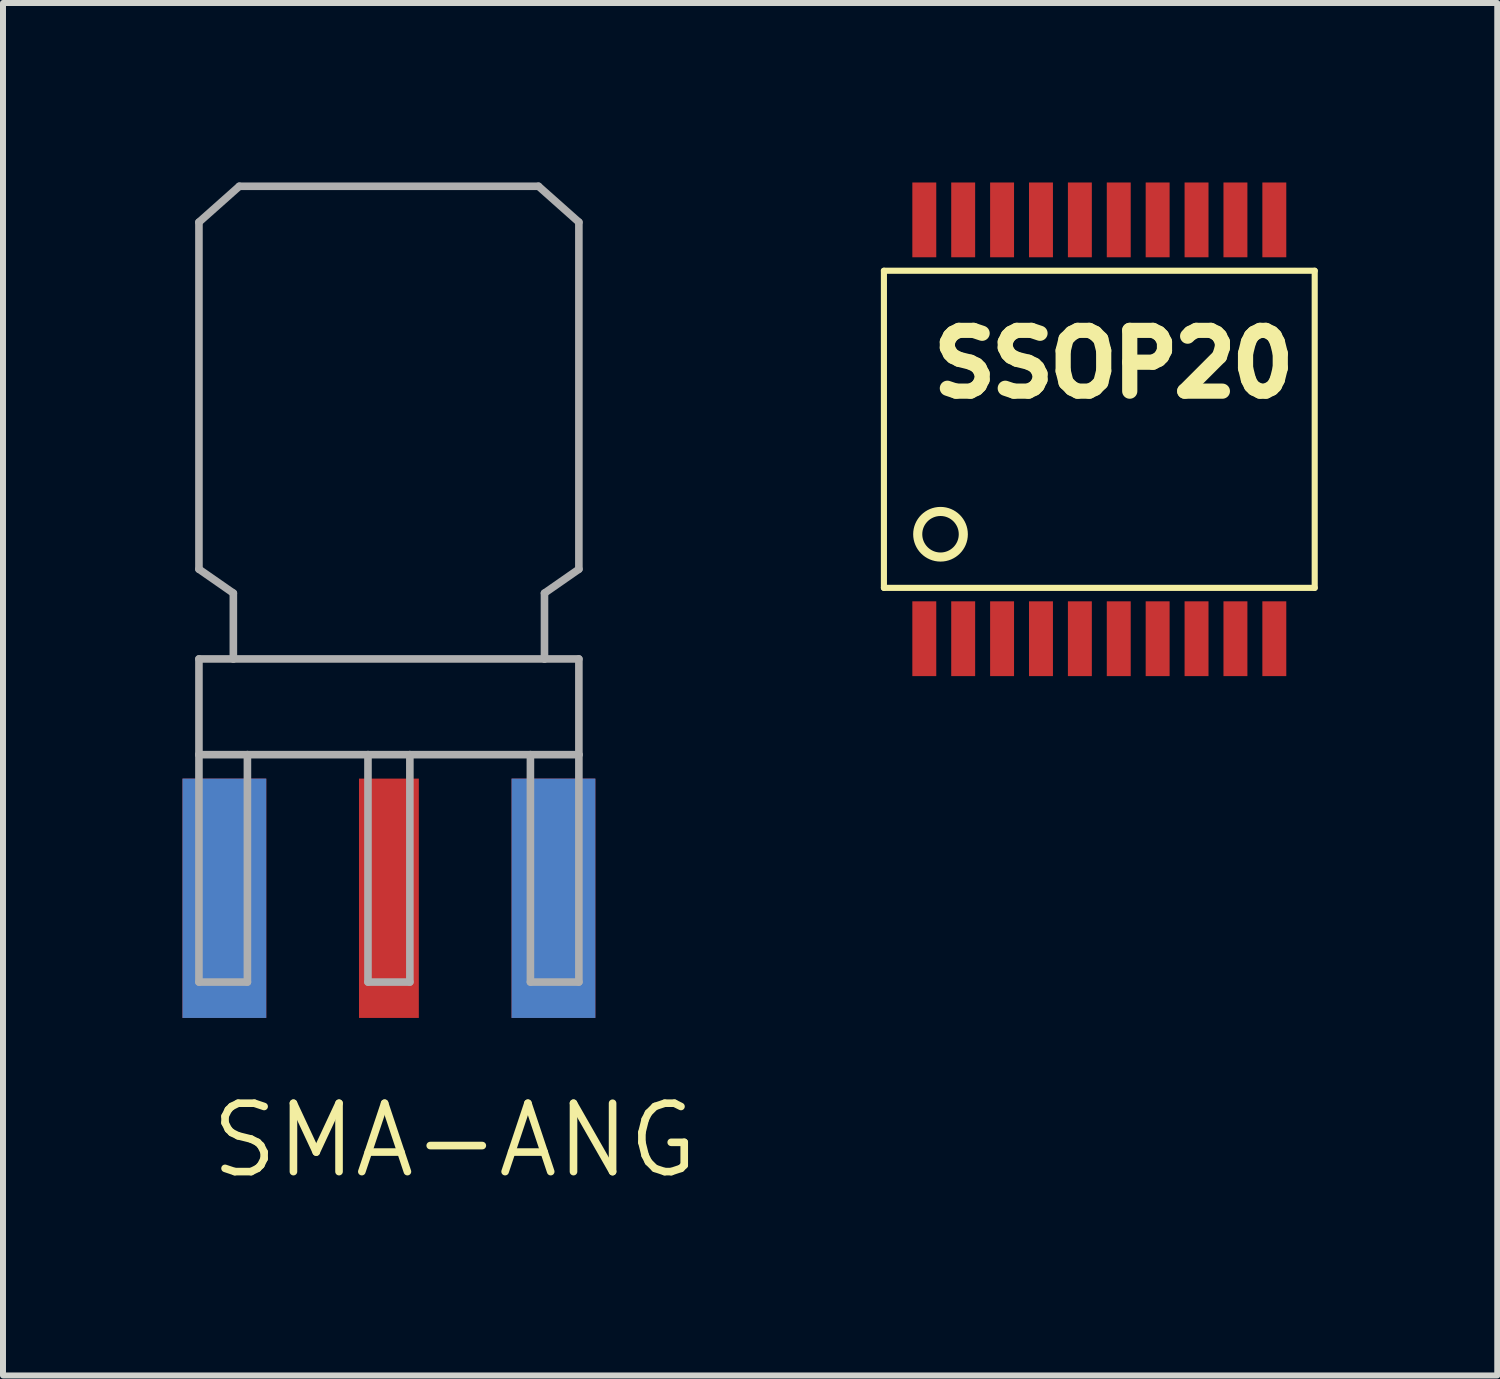
<source format=kicad_pcb>
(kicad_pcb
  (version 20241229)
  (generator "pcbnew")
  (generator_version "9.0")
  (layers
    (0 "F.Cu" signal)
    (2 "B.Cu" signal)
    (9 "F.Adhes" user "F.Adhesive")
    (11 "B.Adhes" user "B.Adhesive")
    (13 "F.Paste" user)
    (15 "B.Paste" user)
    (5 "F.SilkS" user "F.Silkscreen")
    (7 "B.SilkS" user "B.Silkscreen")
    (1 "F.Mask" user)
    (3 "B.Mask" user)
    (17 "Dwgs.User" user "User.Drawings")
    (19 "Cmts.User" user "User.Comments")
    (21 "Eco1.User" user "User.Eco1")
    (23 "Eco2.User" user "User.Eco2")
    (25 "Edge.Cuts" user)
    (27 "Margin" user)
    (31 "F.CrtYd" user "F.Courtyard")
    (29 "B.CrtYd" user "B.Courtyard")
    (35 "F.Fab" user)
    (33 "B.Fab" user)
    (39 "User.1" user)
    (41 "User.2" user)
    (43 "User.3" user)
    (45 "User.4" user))
  (footprint "SSOP20"
    (layer "F.Cu")
    (at 15.323 4.125)
    (property "Reference" "SSOP20" (at -2.9 -0.5 0) (layer "F.SilkS") (effects (font (size 1.016 1.016) (thickness 0.254)) (justify left bottom)))
    (fp_line (start -3.6 2.65) (end -3.6 -2.65) (stroke (width 0.102) (type solid)) (layer "F.SilkS"))
    (fp_line (start -3.6 2.65) (end 3.6 2.65) (stroke (width 0.102) (type solid)) (layer "F.SilkS"))
    (fp_line (start 3.6 -2.65) (end -3.6 -2.65) (stroke (width 0.102) (type solid)) (layer "F.SilkS"))
    (fp_line (start 3.6 -2.65) (end 3.6 2.65) (stroke (width 0.102) (type solid)) (layer "F.SilkS"))
    (fp_circle (center -2.654 1.754) (end -2.273 1.754) (stroke (width 0.152) (type solid)) (fill no) (layer "F.SilkS"))
    (pad "1" smd rect (at -2.925 3.5) (size 0.4 1.25) (layers "F.Cu" "F.Mask" "F.Paste"))
    (pad "2" smd rect (at -2.275 3.5) (size 0.4 1.25) (layers "F.Cu" "F.Mask" "F.Paste"))
    (pad "3" smd rect (at -1.625 3.5) (size 0.4 1.25) (layers "F.Cu" "F.Mask" "F.Paste"))
    (pad "4" smd rect (at -0.975 3.5) (size 0.4 1.25) (layers "F.Cu" "F.Mask" "F.Paste"))
    (pad "5" smd rect (at -0.325 3.5) (size 0.4 1.25) (layers "F.Cu" "F.Mask" "F.Paste"))
    (pad "6" smd rect (at 0.325 3.5) (size 0.4 1.25) (layers "F.Cu" "F.Mask" "F.Paste"))
    (pad "7" smd rect (at 0.975 3.5) (size 0.4 1.25) (layers "F.Cu" "F.Mask" "F.Paste"))
    (pad "8" smd rect (at 1.625 3.5) (size 0.4 1.25) (layers "F.Cu" "F.Mask" "F.Paste"))
    (pad "9" smd rect (at 2.275 3.5) (size 0.4 1.25) (layers "F.Cu" "F.Mask" "F.Paste"))
    (pad "10" smd rect (at 2.925 3.5) (size 0.4 1.25) (layers "F.Cu" "F.Mask" "F.Paste"))
    (pad "11" smd rect (at 2.925 -3.5) (size 0.4 1.25) (layers "F.Cu" "F.Mask" "F.Paste"))
    (pad "12" smd rect (at 2.275 -3.5) (size 0.4 1.25) (layers "F.Cu" "F.Mask" "F.Paste"))
    (pad "13" smd rect (at 1.625 -3.5) (size 0.4 1.25) (layers "F.Cu" "F.Mask" "F.Paste"))
    (pad "14" smd rect (at 0.975 -3.5) (size 0.4 1.25) (layers "F.Cu" "F.Mask" "F.Paste"))
    (pad "15" smd rect (at 0.325 -3.5) (size 0.4 1.25) (layers "F.Cu" "F.Mask" "F.Paste"))
    (pad "16" smd rect (at -0.325 -3.5) (size 0.4 1.25) (layers "F.Cu" "F.Mask" "F.Paste"))
    (pad "17" smd rect (at -0.975 -3.5) (size 0.4 1.25) (layers "F.Cu" "F.Mask" "F.Paste"))
    (pad "18" smd rect (at -1.625 -3.5) (size 0.4 1.25) (layers "F.Cu" "F.Mask" "F.Paste"))
    (pad "19" smd rect (at -2.275 -3.5) (size 0.4 1.25) (layers "F.Cu" "F.Mask" "F.Paste"))
    (pad "20" smd rect (at -2.925 -3.5) (size 0.4 1.25) (layers "F.Cu" "F.Mask" "F.Paste")))
  (footprint "SMA-ANG"
    (layer "F.Cu")
    (at 3.45 7.963)
    (property "Reference" "SMA-ANG" (at -3.04 8.715 0) (layer "F.SilkS") (effects (font (size 1.143 1.143) (thickness 0.127)) (justify left bottom)))
    (fp_line (start -3.175 -7.3) (end -2.5 -7.9) (stroke (width 0.127) (type solid)) (layer "F.Fab"))
    (fp_line (start -3.175 -1.5) (end -3.175 -7.3) (stroke (width 0.127) (type solid)) (layer "F.Fab"))
    (fp_line (start -3.175 0) (end -3.175 1.6) (stroke (width 0.127) (type solid)) (layer "F.Fab"))
    (fp_line (start -3.175 1.6) (end -3.175 5.4) (stroke (width 0.127) (type solid)) (layer "F.Fab"))
    (fp_line (start -2.6 -1.1) (end -3.175 -1.5) (stroke (width 0.127) (type solid)) (layer "F.Fab"))
    (fp_line (start -2.6 0) (end -3.175 0) (stroke (width 0.127) (type solid)) (layer "F.Fab"))
    (fp_line (start -2.6 0) (end -2.6 -1.1) (stroke (width 0.127) (type solid)) (layer "F.Fab"))
    (fp_line (start -2.5 -7.9) (end 2.5 -7.9) (stroke (width 0.127) (type solid)) (layer "F.Fab"))
    (fp_line (start -2.365 1.6) (end -3.175 1.6) (stroke (width 0.127) (type solid)) (layer "F.Fab"))
    (fp_line (start -2.365 1.6) (end -2.365 5.4) (stroke (width 0.127) (type solid)) (layer "F.Fab"))
    (fp_line (start -2.365 5.4) (end -3.175 5.4) (stroke (width 0.127) (type solid)) (layer "F.Fab"))
    (fp_line (start -0.35 1.6) (end -2.365 1.6) (stroke (width 0.127) (type solid)) (layer "F.Fab"))
    (fp_line (start -0.35 1.6) (end -0.35 5.4) (stroke (width 0.127) (type solid)) (layer "F.Fab"))
    (fp_line (start 0.35 1.6) (end -0.35 1.6) (stroke (width 0.127) (type solid)) (layer "F.Fab"))
    (fp_line (start 0.35 1.6) (end 0.35 5.4) (stroke (width 0.127) (type solid)) (layer "F.Fab"))
    (fp_line (start 0.35 5.4) (end -0.35 5.4) (stroke (width 0.127) (type solid)) (layer "F.Fab"))
    (fp_line (start 2.365 1.6) (end 0.35 1.6) (stroke (width 0.127) (type solid)) (layer "F.Fab"))
    (fp_line (start 2.365 5.4) (end 2.365 1.6) (stroke (width 0.127) (type solid)) (layer "F.Fab"))
    (fp_line (start 2.5 -7.9) (end 3.175 -7.3) (stroke (width 0.127) (type solid)) (layer "F.Fab"))
    (fp_line (start 2.6 -1.1) (end 2.6 0) (stroke (width 0.127) (type solid)) (layer "F.Fab"))
    (fp_line (start 2.6 0) (end -2.6 0) (stroke (width 0.127) (type solid)) (layer "F.Fab"))
    (fp_line (start 3.175 -7.3) (end 3.175 -1.5) (stroke (width 0.127) (type solid)) (layer "F.Fab"))
    (fp_line (start 3.175 -1.5) (end 2.6 -1.1) (stroke (width 0.127) (type solid)) (layer "F.Fab"))
    (fp_line (start 3.175 0) (end 2.6 0) (stroke (width 0.127) (type solid)) (layer "F.Fab"))
    (fp_line (start 3.175 1.6) (end 2.365 1.6) (stroke (width 0.127) (type solid)) (layer "F.Fab"))
    (fp_line (start 3.175 1.6) (end 3.175 0) (stroke (width 0.127) (type solid)) (layer "F.Fab"))
    (fp_line (start 3.175 5.4) (end 2.365 5.4) (stroke (width 0.127) (type solid)) (layer "F.Fab"))
    (fp_line (start 3.175 5.4) (end 3.175 1.6) (stroke (width 0.127) (type solid)) (layer "F.Fab"))
    (pad "P1" smd rect (at 0 4 270) (size 4 1) (layers "F.Cu" "F.Mask"))
    (pad "P2" smd rect (at -2.75 4 270) (size 4 1.4) (layers "F.Cu" "F.Mask"))
    (pad "P3" smd rect (at 2.75 4 270) (size 4 1.4) (layers "F.Cu" "F.Mask"))
    (pad "P4" smd rect (at -2.75 4 270) (size 4 1.4) (layers "B.Cu" "B.Mask"))
    (pad "P5" smd rect (at 2.75 4 270) (size 4 1.4) (layers "B.Cu" "B.Mask")))
  (gr_rect
    (start -3 -3)
    (end 21.974 19.938)
    (stroke (width 0.1) (type default))
    (fill no)
    (layer "Edge.Cuts")))
</source>
